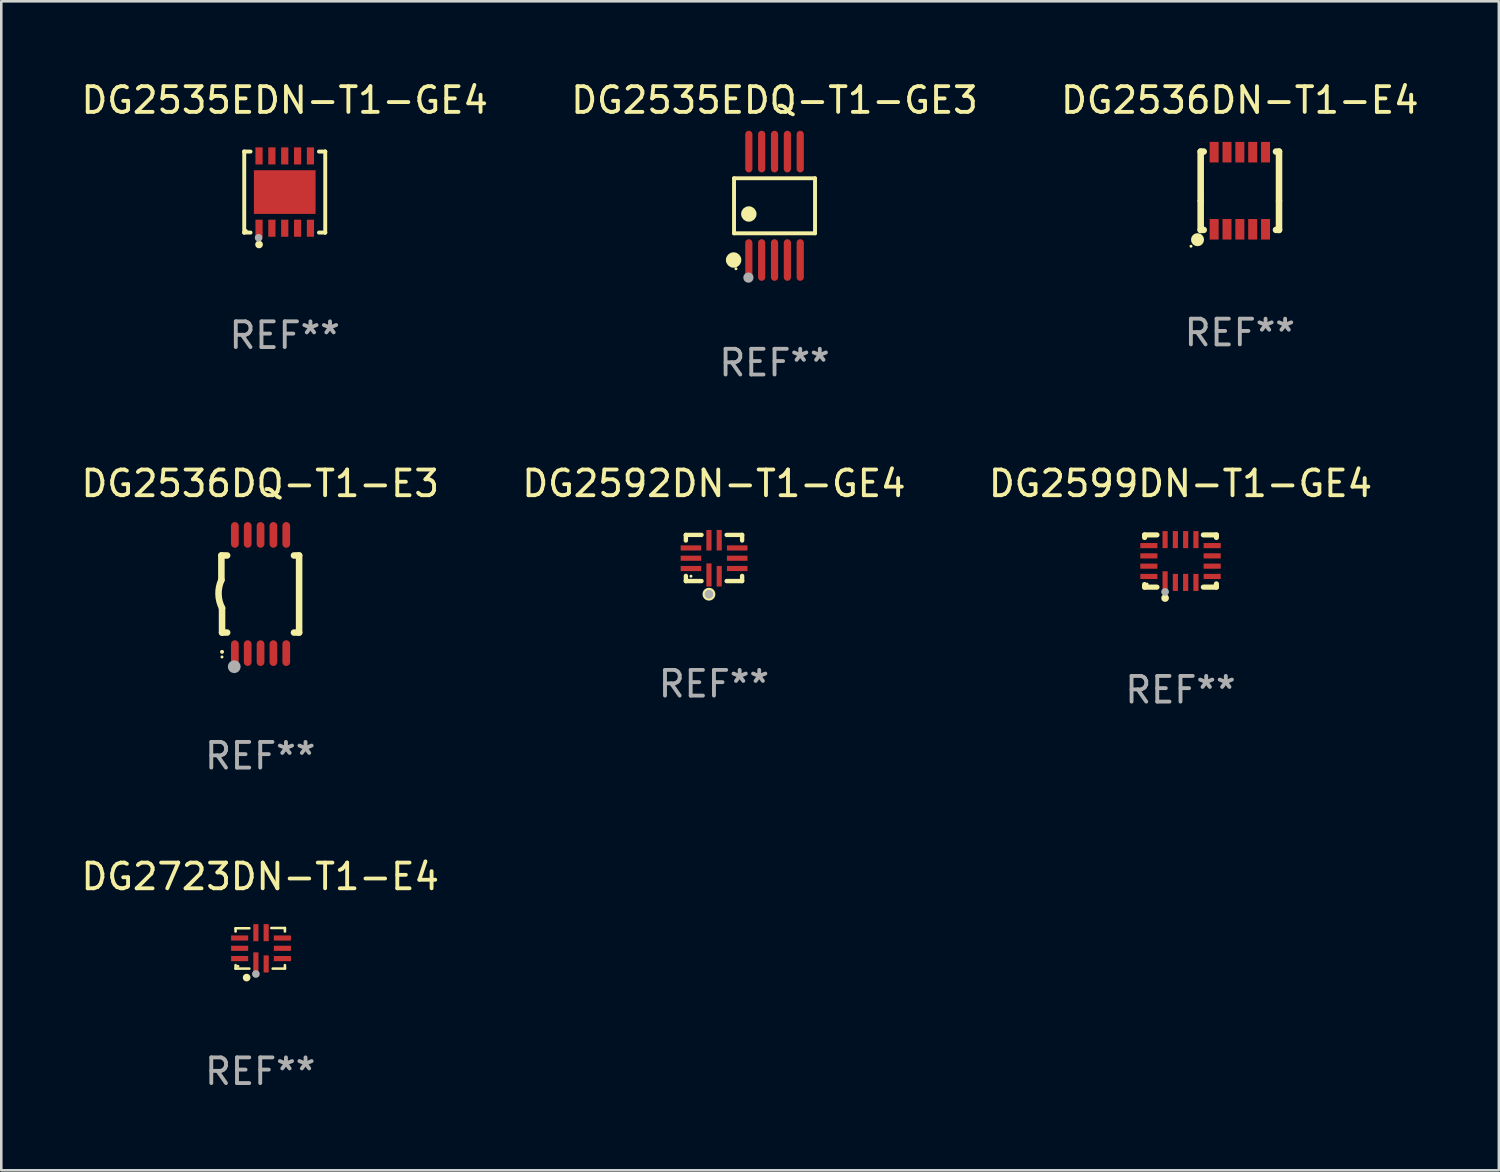
<source format=kicad_pcb>
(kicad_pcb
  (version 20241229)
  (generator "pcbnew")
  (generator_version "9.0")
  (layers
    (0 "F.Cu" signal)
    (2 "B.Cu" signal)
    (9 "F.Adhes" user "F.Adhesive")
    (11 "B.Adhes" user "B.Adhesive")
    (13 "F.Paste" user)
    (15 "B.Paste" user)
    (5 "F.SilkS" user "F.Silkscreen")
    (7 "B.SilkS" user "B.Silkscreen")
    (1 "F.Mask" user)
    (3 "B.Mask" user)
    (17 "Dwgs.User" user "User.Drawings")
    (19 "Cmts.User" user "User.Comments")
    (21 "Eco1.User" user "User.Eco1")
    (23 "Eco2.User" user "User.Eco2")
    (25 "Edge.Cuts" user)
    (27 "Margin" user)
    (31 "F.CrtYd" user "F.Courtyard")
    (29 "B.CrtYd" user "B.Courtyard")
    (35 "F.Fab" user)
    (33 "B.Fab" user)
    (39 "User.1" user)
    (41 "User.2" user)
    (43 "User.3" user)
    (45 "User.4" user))
  (footprint "DG2535EDQ-T1-GE3"
    (layer "F.Cu")
    (at 27.089 4.958)
    (property "Reference" "DG2535EDQ-T1-GE3" (at 0 -4.11 0) (layer "F.SilkS") (effects (font (size 1 1) (thickness 0.15))))
    (attr through_hole)
    (fp_line (start -1.576 -1.071) (end 1.576 -1.071) (stroke (width 0.152) (type solid)) (layer "F.SilkS"))
    (fp_line (start -1.576 1.071) (end -1.576 -1.071) (stroke (width 0.152) (type solid)) (layer "F.SilkS"))
    (fp_line (start 1.576 -1.071) (end 1.576 1.071) (stroke (width 0.152) (type solid)) (layer "F.SilkS"))
    (fp_line (start 1.576 1.071) (end -1.576 1.071) (stroke (width 0.152) (type solid)) (layer "F.SilkS"))
    (fp_circle (center -1.592 2.11) (end -1.442 2.11) (stroke (width 0.3) (type solid)) (fill no) (layer "F.SilkS"))
    (fp_circle (center -1.5 2.45) (end -1.47 2.45) (stroke (width 0.06) (type solid)) (fill no) (layer "F.SilkS"))
    (fp_circle (center -1 0.319) (end -0.85 0.319) (stroke (width 0.3) (type solid)) (fill no) (layer "F.SilkS"))
    (fp_circle (center -1.016 2.794) (end -0.916 2.794) (stroke (width 0.2) (type solid)) (fill no) (layer "F.Fab"))
    (fp_text user "REF**" (at 0 6.11 0) (layer "F.Fab") (effects (font (size 1 1) (thickness 0.15))))
    (pad "1" smd oval (at -1 2.11) (size 0.28 1.62) (layers "F.Cu" "F.Mask" "F.Paste"))
    (pad "2" smd oval (at -0.5 2.11) (size 0.28 1.62) (layers "F.Cu" "F.Mask" "F.Paste"))
    (pad "3" smd oval (at 0 2.11) (size 0.28 1.62) (layers "F.Cu" "F.Mask" "F.Paste"))
    (pad "4" smd oval (at 0.5 2.11) (size 0.28 1.62) (layers "F.Cu" "F.Mask" "F.Paste"))
    (pad "5" smd oval (at 1 2.11) (size 0.28 1.62) (layers "F.Cu" "F.Mask" "F.Paste"))
    (pad "6" smd oval (at 1 -2.11) (size 0.28 1.62) (layers "F.Cu" "F.Mask" "F.Paste"))
    (pad "7" smd oval (at 0.5 -2.11) (size 0.28 1.62) (layers "F.Cu" "F.Mask" "F.Paste"))
    (pad "8" smd oval (at 0 -2.11) (size 0.28 1.62) (layers "F.Cu" "F.Mask" "F.Paste"))
    (pad "9" smd oval (at -0.5 -2.11) (size 0.28 1.62) (layers "F.Cu" "F.Mask" "F.Paste"))
    (pad "10" smd oval (at -1 -2.11) (size 0.28 1.62) (layers "F.Cu" "F.Mask" "F.Paste")))
  (footprint "DG2592DN-T1-GE4"
    (layer "F.Cu")
    (at 24.732 18.664)
    (property "Reference" "DG2592DN-T1-GE4" (at 0 -2.899 0) (layer "F.SilkS") (effects (font (size 1 1) (thickness 0.15))))
    (attr through_hole)
    (fp_line (start -1.096 -0.899) (end -0.484 -0.899) (stroke (width 0.17) (type solid)) (layer "F.SilkS"))
    (fp_line (start -1.093 -0.682) (end -1.093 -0.899) (stroke (width 0.17) (type solid)) (layer "F.SilkS"))
    (fp_line (start -1.093 0.899) (end -1.093 0.697) (stroke (width 0.17) (type solid)) (layer "F.SilkS"))
    (fp_line (start -0.484 0.897) (end -1.093 0.897) (stroke (width 0.17) (type solid)) (layer "F.SilkS"))
    (fp_line (start 0.494 -0.899) (end 1.096 -0.899) (stroke (width 0.17) (type solid)) (layer "F.SilkS"))
    (fp_line (start 1.096 -0.899) (end 1.096 -0.682) (stroke (width 0.17) (type solid)) (layer "F.SilkS"))
    (fp_line (start 1.096 0.697) (end 1.096 0.897) (stroke (width 0.17) (type solid)) (layer "F.SilkS"))
    (fp_line (start 1.096 0.897) (end 0.494 0.897) (stroke (width 0.17) (type solid)) (layer "F.SilkS"))
    (fp_circle (center -0.895 0.708) (end -0.865 0.708) (stroke (width 0.06) (type solid)) (fill no) (layer "F.SilkS"))
    (fp_circle (center -0.195 1.408) (end -0.116 1.408) (stroke (width 0.17) (type solid)) (fill no) (layer "F.SilkS"))
    (fp_circle (center -0.195 1.408) (end -0.11 1.408) (stroke (width 0.17) (type solid)) (fill no) (layer "F.Fab"))
    (fp_text user "REF**" (at 0 4.899 0) (layer "F.Fab") (effects (font (size 1 1) (thickness 0.15))))
    (pad "1" smd rect (at -0.195 0.658 180) (size 0.2 0.9) (layers "F.Cu" "F.Mask" "F.Paste"))
    (pad "2" smd rect (at 0.205 0.708 180) (size 0.2 0.8) (layers "F.Cu" "F.Mask" "F.Paste"))
    (pad "3" smd rect (at 0.905 0.408 90) (size 0.2 0.8) (layers "F.Cu" "F.Mask" "F.Paste"))
    (pad "4" smd rect (at 0.905 0.008 90) (size 0.2 0.8) (layers "F.Cu" "F.Mask" "F.Paste"))
    (pad "5" smd rect (at 0.905 -0.392 90) (size 0.2 0.8) (layers "F.Cu" "F.Mask" "F.Paste"))
    (pad "6" smd rect (at 0.205 -0.692 180) (size 0.2 0.8) (layers "F.Cu" "F.Mask" "F.Paste"))
    (pad "7" smd rect (at -0.195 -0.692 180) (size 0.2 0.8) (layers "F.Cu" "F.Mask" "F.Paste"))
    (pad "8" smd rect (at -0.895 -0.392 90) (size 0.2 0.8) (layers "F.Cu" "F.Mask" "F.Paste"))
    (pad "9" smd rect (at -0.895 0.008 90) (size 0.2 0.8) (layers "F.Cu" "F.Mask" "F.Paste"))
    (pad "10" smd rect (at -0.895 0.408 90) (size 0.2 0.8) (layers "F.Cu" "F.Mask" "F.Paste")))
  (footprint "DG2599DN-T1-GE4"
    (layer "F.Cu")
    (at 42.887 18.781)
    (property "Reference" "DG2599DN-T1-GE4" (at 0 -3.016 0) (layer "F.SilkS") (effects (font (size 1 1) (thickness 0.15))))
    (attr through_hole)
    (fp_line (start -1.397 -1.016) (end -1.397 -0.916) (stroke (width 0.2) (type solid)) (layer "F.SilkS"))
    (fp_line (start -1.397 0.916) (end -1.397 1.016) (stroke (width 0.2) (type solid)) (layer "F.SilkS"))
    (fp_line (start -1.397 1.016) (end -0.916 1.016) (stroke (width 0.2) (type solid)) (layer "F.SilkS"))
    (fp_line (start -0.916 -1.016) (end -1.397 -1.016) (stroke (width 0.2) (type solid)) (layer "F.SilkS"))
    (fp_line (start 0.889 -1.016) (end 1.397 -1.016) (stroke (width 0.2) (type solid)) (layer "F.SilkS"))
    (fp_line (start 1.397 -1.016) (end 1.397 -0.916) (stroke (width 0.2) (type solid)) (layer "F.SilkS"))
    (fp_line (start 1.397 0.889) (end 1.397 1.016) (stroke (width 0.2) (type solid)) (layer "F.SilkS"))
    (fp_line (start 1.397 1.016) (end 0.889 1.016) (stroke (width 0.2) (type solid)) (layer "F.SilkS"))
    (fp_circle (center -1.3 0.9) (end -1.27 0.9) (stroke (width 0.06) (type solid)) (fill no) (layer "F.SilkS"))
    (fp_circle (center -0.6 1.44) (end -0.525 1.44) (stroke (width 0.15) (type solid)) (fill no) (layer "F.SilkS"))
    (fp_circle (center -0.6 1.2) (end -0.525 1.2) (stroke (width 0.15) (type solid)) (fill no) (layer "F.Fab"))
    (fp_text user "REF**" (at 0 5.016 0) (layer "F.Fab") (effects (font (size 1 1) (thickness 0.15))))
    (pad "1" smd rect (at -0.6 0.782) (size 0.2 0.765) (layers "F.Cu" "F.Mask" "F.Paste"))
    (pad "2" smd rect (at -0.2 0.833) (size 0.2 0.665) (layers "F.Cu" "F.Mask" "F.Paste"))
    (pad "3" smd rect (at 0.2 0.833) (size 0.2 0.665) (layers "F.Cu" "F.Mask" "F.Paste"))
    (pad "4" smd rect (at 0.6 0.833) (size 0.2 0.665) (layers "F.Cu" "F.Mask" "F.Paste"))
    (pad "5" smd rect (at 1.232 0.6) (size 0.665 0.2) (layers "F.Cu" "F.Mask" "F.Paste"))
    (pad "6" smd rect (at 1.232 0.2) (size 0.665 0.2) (layers "F.Cu" "F.Mask" "F.Paste"))
    (pad "7" smd rect (at 1.232 -0.2) (size 0.665 0.2) (layers "F.Cu" "F.Mask" "F.Paste"))
    (pad "8" smd rect (at 1.232 -0.6) (size 0.665 0.2) (layers "F.Cu" "F.Mask" "F.Paste"))
    (pad "9" smd rect (at 0.6 -0.833) (size 0.2 0.665) (layers "F.Cu" "F.Mask" "F.Paste"))
    (pad "10" smd rect (at 0.2 -0.833) (size 0.2 0.665) (layers "F.Cu" "F.Mask" "F.Paste"))
    (pad "11" smd rect (at -0.2 -0.833) (size 0.2 0.665) (layers "F.Cu" "F.Mask" "F.Paste"))
    (pad "12" smd rect (at -0.6 -0.833) (size 0.2 0.665) (layers "F.Cu" "F.Mask" "F.Paste"))
    (pad "13" smd rect (at -1.232 -0.6) (size 0.665 0.2) (layers "F.Cu" "F.Mask" "F.Paste"))
    (pad "14" smd rect (at -1.232 -0.2) (size 0.665 0.2) (layers "F.Cu" "F.Mask" "F.Paste"))
    (pad "15" smd rect (at -1.232 0.2) (size 0.665 0.2) (layers "F.Cu" "F.Mask" "F.Paste"))
    (pad "16" smd rect (at -1.232 0.6) (size 0.665 0.2) (layers "F.Cu" "F.Mask" "F.Paste")))
  (footprint "DG2535EDN-T1-GE4"
    (layer "F.Cu")
    (at 8.03 4.424)
    (property "Reference" "DG2535EDN-T1-GE4" (at 0 -3.576 0) (layer "F.SilkS") (effects (font (size 1 1) (thickness 0.15))))
    (attr through_hole)
    (fp_line (start -1.576 -1.576) (end -1.576 -1.576) (stroke (width 0.152) (type solid)) (layer "F.SilkS"))
    (fp_line (start -1.576 -1.576) (end -1.331 -1.576) (stroke (width 0.152) (type solid)) (layer "F.SilkS"))
    (fp_line (start -1.576 1.576) (end -1.576 -1.576) (stroke (width 0.152) (type solid)) (layer "F.SilkS"))
    (fp_line (start -1.576 1.576) (end -1.576 1.576) (stroke (width 0.152) (type solid)) (layer "F.SilkS"))
    (fp_line (start -1.331 1.576) (end -1.576 1.576) (stroke (width 0.152) (type solid)) (layer "F.SilkS"))
    (fp_line (start 1.331 1.576) (end 1.576 1.576) (stroke (width 0.152) (type solid)) (layer "F.SilkS"))
    (fp_line (start 1.576 -1.576) (end 1.331 -1.576) (stroke (width 0.152) (type solid)) (layer "F.SilkS"))
    (fp_line (start 1.576 -1.576) (end 1.576 -1.576) (stroke (width 0.152) (type solid)) (layer "F.SilkS"))
    (fp_line (start 1.576 1.576) (end 1.576 -1.576) (stroke (width 0.152) (type solid)) (layer "F.SilkS"))
    (fp_line (start 1.576 1.576) (end 1.576 1.576) (stroke (width 0.152) (type solid)) (layer "F.SilkS"))
    (fp_circle (center -1.5 1.5) (end -1.47 1.5) (stroke (width 0.06) (type solid)) (fill no) (layer "F.SilkS"))
    (fp_circle (center -1 2.04) (end -0.925 2.04) (stroke (width 0.15) (type solid)) (fill no) (layer "F.SilkS"))
    (fp_circle (center -1.016 1.778) (end -0.941 1.778) (stroke (width 0.15) (type solid)) (fill no) (layer "F.Fab"))
    (fp_text user "REF**" (at 0 5.576 0) (layer "F.Fab") (effects (font (size 1 1) (thickness 0.15))))
    (pad "1" smd rect (at -1 1.407) (size 0.28 0.665) (layers "F.Cu" "F.Mask" "F.Paste"))
    (pad "2" smd rect (at -0.5 1.407) (size 0.28 0.665) (layers "F.Cu" "F.Mask" "F.Paste"))
    (pad "3" smd rect (at 0 1.407) (size 0.28 0.665) (layers "F.Cu" "F.Mask" "F.Paste"))
    (pad "4" smd rect (at 0.5 1.407) (size 0.28 0.665) (layers "F.Cu" "F.Mask" "F.Paste"))
    (pad "5" smd rect (at 1 1.407) (size 0.28 0.665) (layers "F.Cu" "F.Mask" "F.Paste"))
    (pad "6" smd rect (at 1 -1.407) (size 0.28 0.665) (layers "F.Cu" "F.Mask" "F.Paste"))
    (pad "7" smd rect (at 0.5 -1.407) (size 0.28 0.665) (layers "F.Cu" "F.Mask" "F.Paste"))
    (pad "8" smd rect (at 0 -1.407) (size 0.28 0.665) (layers "F.Cu" "F.Mask" "F.Paste"))
    (pad "9" smd rect (at -0.5 -1.407) (size 0.28 0.665) (layers "F.Cu" "F.Mask" "F.Paste"))
    (pad "10" smd rect (at -1 -1.407) (size 0.28 0.665) (layers "F.Cu" "F.Mask" "F.Paste"))
    (pad "11" smd rect (at 0 0) (size 2.4 1.7) (layers "F.Cu" "F.Mask" "F.Paste")))
  (footprint "DG2536DQ-T1-E3"
    (layer "F.Cu")
    (at 7.077 20.065)
    (property "Reference" "DG2536DQ-T1-E3" (at 0 -4.3 0) (layer "F.SilkS") (effects (font (size 1 1) (thickness 0.15))))
    (attr through_hole)
    (fp_line (start -1.512 -1.5) (end -1.512 -0.546) (stroke (width 0.254) (type solid)) (layer "F.SilkS"))
    (fp_line (start -1.487 0.546) (end -1.487 1.5) (stroke (width 0.254) (type solid)) (layer "F.SilkS"))
    (fp_line (start -1.288 -1.5) (end -1.512 -1.5) (stroke (width 0.254) (type solid)) (layer "F.SilkS"))
    (fp_line (start -1.288 1.5) (end -1.487 1.5) (stroke (width 0.254) (type solid)) (layer "F.SilkS"))
    (fp_line (start 1.512 -1.5) (end 1.312 -1.5) (stroke (width 0.254) (type solid)) (layer "F.SilkS"))
    (fp_line (start 1.512 -1.5) (end 1.512 1.5) (stroke (width 0.254) (type solid)) (layer "F.SilkS"))
    (fp_line (start 1.512 1.5) (end 1.312 1.5) (stroke (width 0.254) (type solid)) (layer "F.SilkS"))
    (fp_arc (start -1.487998 2.250013) (mid -1.486728 2.250007) (end -1.485458 2.250013) (stroke (width 0.150013) (type solid)) (layer "F.SilkS"))
    (fp_arc (start -1.486602 0.546102) (mid -1.624196 0.002905) (end -1.512002 -0.546101) (stroke (width 0.254001) (type solid)) (layer "F.SilkS"))
    (fp_circle (center -1.488 2.45) (end -1.458 2.45) (stroke (width 0.06) (type solid)) (fill no) (layer "F.SilkS"))
    (fp_circle (center -1.012 2.828) (end -0.887 2.828) (stroke (width 0.25) (type solid)) (fill no) (layer "F.Fab"))
    (fp_text user "REF**" (at 0 6.3 0) (layer "F.Fab") (effects (font (size 1 1) (thickness 0.15))))
    (pad "1" smd oval (at -0.988 2.3) (size 0.3 1) (layers "F.Cu" "F.Mask" "F.Paste"))
    (pad "2" smd oval (at -0.488 2.3) (size 0.3 1) (layers "F.Cu" "F.Mask" "F.Paste"))
    (pad "3" smd oval (at 0.012 2.3) (size 0.3 1) (layers "F.Cu" "F.Mask" "F.Paste"))
    (pad "4" smd oval (at 0.512 2.3) (size 0.3 1) (layers "F.Cu" "F.Mask" "F.Paste"))
    (pad "5" smd oval (at 1.012 2.3) (size 0.3 1) (layers "F.Cu" "F.Mask" "F.Paste"))
    (pad "6" smd oval (at 1.012 -2.3) (size 0.3 1) (layers "F.Cu" "F.Mask" "F.Paste"))
    (pad "7" smd oval (at 0.512 -2.3) (size 0.3 1) (layers "F.Cu" "F.Mask" "F.Paste"))
    (pad "8" smd oval (at 0.012 -2.3) (size 0.3 1) (layers "F.Cu" "F.Mask" "F.Paste"))
    (pad "9" smd oval (at -0.488 -2.3) (size 0.3 1) (layers "F.Cu" "F.Mask" "F.Paste"))
    (pad "10" smd oval (at -0.988 -2.3) (size 0.3 1) (layers "F.Cu" "F.Mask" "F.Paste")))
  (footprint "DG2536DN-T1-E4"
    (layer "F.Cu")
    (at 45.196 4.372)
    (property "Reference" "DG2536DN-T1-E4" (at 0 -3.524 0) (layer "F.SilkS") (effects (font (size 1 1) (thickness 0.15))))
    (attr through_hole)
    (fp_line (start -1.524 -1.524) (end -1.524 0.381) (stroke (width 0.254) (type solid)) (layer "F.SilkS"))
    (fp_line (start -1.524 0.406) (end -1.524 1.524) (stroke (width 0.254) (type solid)) (layer "F.SilkS"))
    (fp_line (start -1.524 1.524) (end -1.406 1.524) (stroke (width 0.254) (type solid)) (layer "F.SilkS"))
    (fp_line (start -1.406 -1.524) (end -1.524 -1.524) (stroke (width 0.254) (type solid)) (layer "F.SilkS"))
    (fp_line (start 1.406 1.524) (end 1.524 1.524) (stroke (width 0.254) (type solid)) (layer "F.SilkS"))
    (fp_line (start 1.524 -1.524) (end 1.406 -1.524) (stroke (width 0.254) (type solid)) (layer "F.SilkS"))
    (fp_line (start 1.524 0.381) (end 1.524 -1.524) (stroke (width 0.254) (type solid)) (layer "F.SilkS"))
    (fp_line (start 1.524 1.524) (end 1.524 0.406) (stroke (width 0.254) (type solid)) (layer "F.SilkS"))
    (fp_circle (center -1.901 2.159) (end -1.871 2.159) (stroke (width 0.06) (type solid)) (fill no) (layer "F.SilkS"))
    (fp_circle (center -1.647 1.905) (end -1.52 1.905) (stroke (width 0.254) (type solid)) (fill no) (layer "F.SilkS"))
    (fp_text user "REF**" (at 0 5.524 0) (layer "F.Fab") (effects (font (size 1 1) (thickness 0.15))))
    (pad "1" smd rect (at -1 1.5) (size 0.35 0.8) (layers "F.Cu" "F.Mask" "F.Paste"))
    (pad "2" smd rect (at -0.5 1.5) (size 0.35 0.8) (layers "F.Cu" "F.Mask" "F.Paste"))
    (pad "3" smd rect (at 0 1.5) (size 0.35 0.8) (layers "F.Cu" "F.Mask" "F.Paste"))
    (pad "4" smd rect (at 0.5 1.5) (size 0.35 0.8) (layers "F.Cu" "F.Mask" "F.Paste"))
    (pad "5" smd rect (at 1 1.5) (size 0.35 0.8) (layers "F.Cu" "F.Mask" "F.Paste"))
    (pad "6" smd rect (at 1 -1.5) (size 0.35 0.8) (layers "F.Cu" "F.Mask" "F.Paste"))
    (pad "7" smd rect (at 0.5 -1.5) (size 0.35 0.8) (layers "F.Cu" "F.Mask" "F.Paste"))
    (pad "8" smd rect (at 0 -1.5) (size 0.35 0.8) (layers "F.Cu" "F.Mask" "F.Paste"))
    (pad "9" smd rect (at -0.5 -1.5) (size 0.35 0.8) (layers "F.Cu" "F.Mask" "F.Paste"))
    (pad "10" smd rect (at -1 -1.5) (size 0.35 0.8) (layers "F.Cu" "F.Mask" "F.Paste")))
  (footprint "DG2723DN-T1-E4"
    (layer "F.Cu")
    (at 7.077 33.851)
    (property "Reference" "DG2723DN-T1-E4" (at 0 -2.79 0) (layer "F.SilkS") (effects (font (size 1 1) (thickness 0.15))))
    (attr through_hole)
    (fp_line (start -0.96 -0.78) (end -0.424 -0.78) (stroke (width 0.1) (type solid)) (layer "F.SilkS"))
    (fp_line (start -0.96 -0.654) (end -0.96 -0.78) (stroke (width 0.1) (type solid)) (layer "F.SilkS"))
    (fp_line (start -0.96 0.79) (end -0.96 0.654) (stroke (width 0.1) (type solid)) (layer "F.SilkS"))
    (fp_line (start -0.424 0.79) (end -0.96 0.79) (stroke (width 0.1) (type solid)) (layer "F.SilkS"))
    (fp_line (start 0.43 -0.79) (end 0.96 -0.79) (stroke (width 0.1) (type solid)) (layer "F.SilkS"))
    (fp_line (start 0.96 -0.79) (end 0.96 -0.654) (stroke (width 0.1) (type solid)) (layer "F.SilkS"))
    (fp_line (start 0.96 0.654) (end 0.96 0.76) (stroke (width 0.1) (type solid)) (layer "F.SilkS"))
    (fp_line (start 0.96 0.76) (end 0.96 0.79) (stroke (width 0.1) (type solid)) (layer "F.SilkS"))
    (fp_line (start 0.96 0.79) (end 0.484 0.79) (stroke (width 0.1) (type solid)) (layer "F.SilkS"))
    (fp_circle (center -0.87 0.7) (end -0.84 0.7) (stroke (width 0.06) (type solid)) (fill no) (layer "F.SilkS"))
    (fp_circle (center -0.53 1.14) (end -0.455 1.14) (stroke (width 0.15) (type solid)) (fill no) (layer "F.SilkS"))
    (fp_circle (center -0.17 1) (end -0.095 1) (stroke (width 0.15) (type solid)) (fill no) (layer "F.Fab"))
    (fp_text user "REF**" (at 0 4.79 0) (layer "F.Fab") (effects (font (size 1 1) (thickness 0.15))))
    (pad "1" smd rect (at -0.17 0.608) (size 0.2 0.9) (layers "F.Cu" "F.Mask" "F.Paste"))
    (pad "2" smd rect (at 0.23 0.608) (size 0.2 0.665) (layers "F.Cu" "F.Mask" "F.Paste"))
    (pad "3" smd rect (at 0.862 0.4) (size 0.665 0.2) (layers "F.Cu" "F.Mask" "F.Paste"))
    (pad "4" smd rect (at 0.862 0) (size 0.665 0.2) (layers "F.Cu" "F.Mask" "F.Paste"))
    (pad "5" smd rect (at 0.862 -0.4) (size 0.665 0.2) (layers "F.Cu" "F.Mask" "F.Paste"))
    (pad "6" smd rect (at 0.23 -0.608) (size 0.2 0.665) (layers "F.Cu" "F.Mask" "F.Paste"))
    (pad "7" smd rect (at -0.17 -0.608) (size 0.2 0.665) (layers "F.Cu" "F.Mask" "F.Paste"))
    (pad "8" smd rect (at -0.802 -0.4) (size 0.665 0.2) (layers "F.Cu" "F.Mask" "F.Paste"))
    (pad "9" smd rect (at -0.802 0) (size 0.665 0.2) (layers "F.Cu" "F.Mask" "F.Paste"))
    (pad "10" smd rect (at -0.802 0.4) (size 0.665 0.2) (layers "F.Cu" "F.Mask" "F.Paste")))
  (gr_rect
    (start -3 -3)
    (end 55.274 42.489)
    (stroke (width 0.1) (type default))
    (fill no)
    (layer "Edge.Cuts")))
</source>
